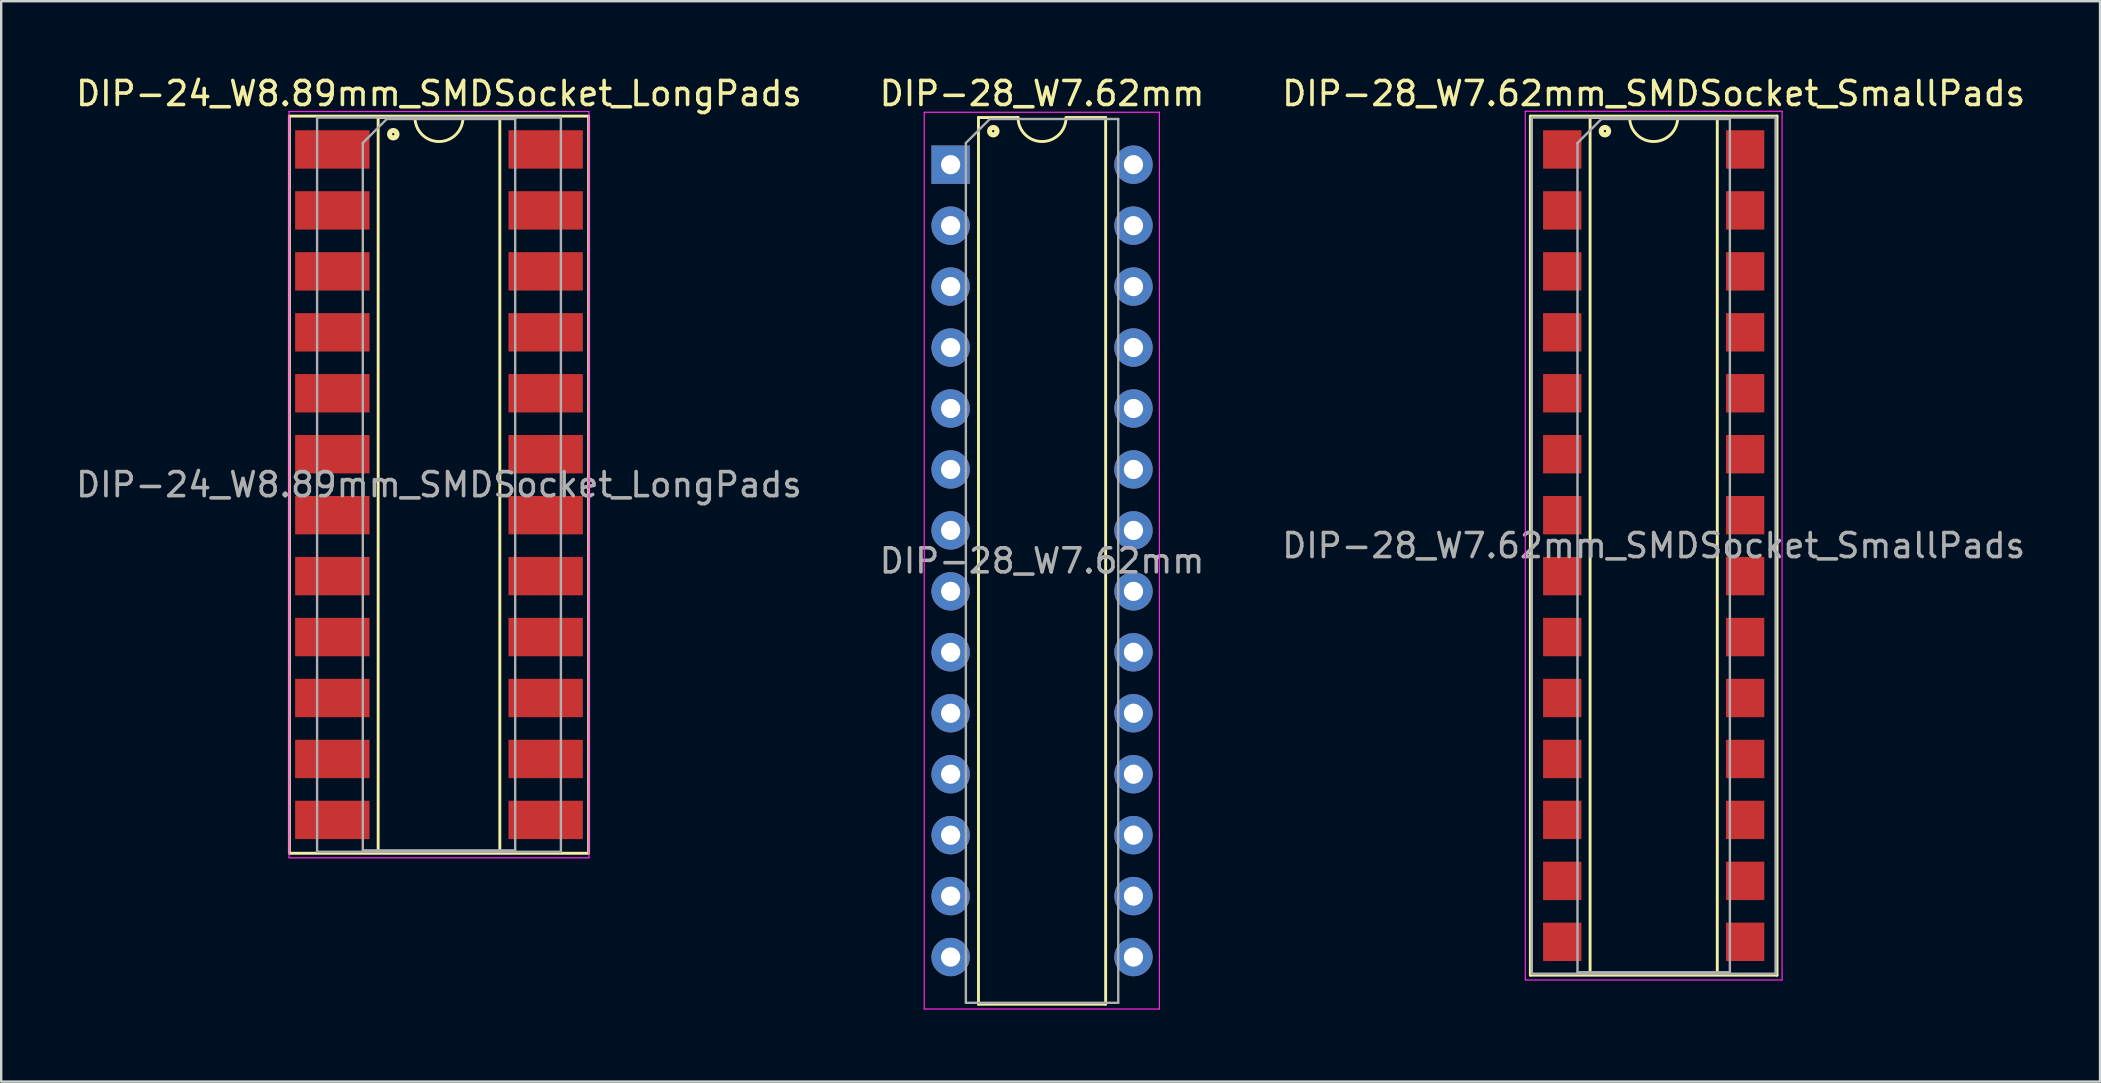
<source format=kicad_pcb>
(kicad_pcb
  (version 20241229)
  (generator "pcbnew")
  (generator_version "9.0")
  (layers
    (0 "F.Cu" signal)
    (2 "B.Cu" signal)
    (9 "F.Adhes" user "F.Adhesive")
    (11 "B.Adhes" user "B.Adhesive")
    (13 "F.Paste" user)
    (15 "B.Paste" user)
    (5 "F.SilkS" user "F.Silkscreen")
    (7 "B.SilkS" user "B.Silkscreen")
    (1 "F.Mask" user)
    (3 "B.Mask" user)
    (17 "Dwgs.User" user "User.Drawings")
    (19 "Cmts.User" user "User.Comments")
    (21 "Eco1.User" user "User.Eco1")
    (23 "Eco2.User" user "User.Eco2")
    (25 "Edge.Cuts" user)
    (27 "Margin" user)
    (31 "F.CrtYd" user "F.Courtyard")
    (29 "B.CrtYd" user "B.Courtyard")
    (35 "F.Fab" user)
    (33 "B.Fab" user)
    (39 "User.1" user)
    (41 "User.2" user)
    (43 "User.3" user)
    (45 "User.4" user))
  (footprint "DIP-24_W8.89mm_SMDSocket_LongPads"
    (layer "F.Cu")
    (at 15.244 17.148)
    (property "Reference" "DIP-24_W8.89mm_SMDSocket_LongPads" (at 0 -16.3 0) (layer "F.SilkS") (effects (font (size 1 1) (thickness 0.15))))
    (attr smd)
    (fp_line (start -6.235 -15.36) (end -6.235 15.36) (stroke (width 0.12) (type solid)) (layer "F.SilkS"))
    (fp_line (start -6.235 15.36) (end 6.235 15.36) (stroke (width 0.12) (type solid)) (layer "F.SilkS"))
    (fp_line (start -2.535 -15.3) (end -2.535 15.3) (stroke (width 0.12) (type solid)) (layer "F.SilkS"))
    (fp_line (start -2.535 15.3) (end 2.535 15.3) (stroke (width 0.12) (type solid)) (layer "F.SilkS"))
    (fp_line (start -1 -15.3) (end -2.535 -15.3) (stroke (width 0.12) (type solid)) (layer "F.SilkS"))
    (fp_line (start 2.535 -15.3) (end 1 -15.3) (stroke (width 0.12) (type solid)) (layer "F.SilkS"))
    (fp_line (start 2.535 15.3) (end 2.535 -15.3) (stroke (width 0.12) (type solid)) (layer "F.SilkS"))
    (fp_line (start 6.235 -15.36) (end -6.235 -15.36) (stroke (width 0.12) (type solid)) (layer "F.SilkS"))
    (fp_line (start 6.235 15.36) (end 6.235 -15.36) (stroke (width 0.12) (type solid)) (layer "F.SilkS"))
    (fp_arc (start 1 -15.3) (mid 0 -14.3) (end -1 -15.3) (stroke (width 0.12) (type solid)) (layer "F.SilkS"))
    (fp_circle (center -1.905 -14.605) (end -1.855 -14.605) (stroke (width 0.12) (type solid)) (fill no) (layer "F.SilkS"))
    (fp_circle (center -1.905 -14.605) (end -1.78 -14.605) (stroke (width 0.12) (type solid)) (fill no) (layer "F.SilkS"))
    (fp_circle (center -1.905 -14.605) (end -1.705 -14.605) (stroke (width 0.12) (type solid)) (fill no) (layer "F.SilkS"))
    (fp_line (start -6.25 -15.55) (end -6.25 15.55) (stroke (width 0.05) (type solid)) (layer "F.CrtYd"))
    (fp_line (start -6.25 15.55) (end 6.25 15.55) (stroke (width 0.05) (type solid)) (layer "F.CrtYd"))
    (fp_line (start 6.25 -15.55) (end -6.25 -15.55) (stroke (width 0.05) (type solid)) (layer "F.CrtYd"))
    (fp_line (start 6.25 15.55) (end 6.25 -15.55) (stroke (width 0.05) (type solid)) (layer "F.CrtYd"))
    (fp_line (start -5.08 -15.3) (end -5.08 15.3) (stroke (width 0.1) (type solid)) (layer "F.Fab"))
    (fp_line (start -5.08 15.3) (end 5.08 15.3) (stroke (width 0.1) (type solid)) (layer "F.Fab"))
    (fp_line (start -3.175 -14.24) (end -2.175 -15.24) (stroke (width 0.1) (type solid)) (layer "F.Fab"))
    (fp_line (start -3.175 15.24) (end -3.175 -14.24) (stroke (width 0.1) (type solid)) (layer "F.Fab"))
    (fp_line (start -2.175 -15.24) (end 3.175 -15.24) (stroke (width 0.1) (type solid)) (layer "F.Fab"))
    (fp_line (start 3.175 -15.24) (end 3.175 15.24) (stroke (width 0.1) (type solid)) (layer "F.Fab"))
    (fp_line (start 3.175 15.24) (end -3.175 15.24) (stroke (width 0.1) (type solid)) (layer "F.Fab"))
    (fp_line (start 5.08 -15.3) (end -5.08 -15.3) (stroke (width 0.1) (type solid)) (layer "F.Fab"))
    (fp_line (start 5.08 15.3) (end 5.08 -15.3) (stroke (width 0.1) (type solid)) (layer "F.Fab"))
    (fp_text user "${REFERENCE}" (at 0 0 0) (layer "F.Fab") (effects (font (size 1 1) (thickness 0.15))))
    (pad "1" smd rect (at -4.445 -13.97) (size 3.1 1.6) (layers "F.Cu" "F.Mask" "F.Paste"))
    (pad "2" smd rect (at -4.445 -11.43) (size 3.1 1.6) (layers "F.Cu" "F.Mask" "F.Paste"))
    (pad "3" smd rect (at -4.445 -8.89) (size 3.1 1.6) (layers "F.Cu" "F.Mask" "F.Paste"))
    (pad "4" smd rect (at -4.445 -6.35) (size 3.1 1.6) (layers "F.Cu" "F.Mask" "F.Paste"))
    (pad "5" smd rect (at -4.445 -3.81) (size 3.1 1.6) (layers "F.Cu" "F.Mask" "F.Paste"))
    (pad "6" smd rect (at -4.445 -1.27) (size 3.1 1.6) (layers "F.Cu" "F.Mask" "F.Paste"))
    (pad "7" smd rect (at -4.445 1.27) (size 3.1 1.6) (layers "F.Cu" "F.Mask" "F.Paste"))
    (pad "8" smd rect (at -4.445 3.81) (size 3.1 1.6) (layers "F.Cu" "F.Mask" "F.Paste"))
    (pad "9" smd rect (at -4.445 6.35) (size 3.1 1.6) (layers "F.Cu" "F.Mask" "F.Paste"))
    (pad "10" smd rect (at -4.445 8.89) (size 3.1 1.6) (layers "F.Cu" "F.Mask" "F.Paste"))
    (pad "11" smd rect (at -4.445 11.43) (size 3.1 1.6) (layers "F.Cu" "F.Mask" "F.Paste"))
    (pad "12" smd rect (at -4.445 13.97) (size 3.1 1.6) (layers "F.Cu" "F.Mask" "F.Paste"))
    (pad "13" smd rect (at 4.445 13.97) (size 3.1 1.6) (layers "F.Cu" "F.Mask" "F.Paste"))
    (pad "14" smd rect (at 4.445 11.43) (size 3.1 1.6) (layers "F.Cu" "F.Mask" "F.Paste"))
    (pad "15" smd rect (at 4.445 8.89) (size 3.1 1.6) (layers "F.Cu" "F.Mask" "F.Paste"))
    (pad "16" smd rect (at 4.445 6.35) (size 3.1 1.6) (layers "F.Cu" "F.Mask" "F.Paste"))
    (pad "17" smd rect (at 4.445 3.81) (size 3.1 1.6) (layers "F.Cu" "F.Mask" "F.Paste"))
    (pad "18" smd rect (at 4.445 1.27) (size 3.1 1.6) (layers "F.Cu" "F.Mask" "F.Paste"))
    (pad "19" smd rect (at 4.445 -1.27) (size 3.1 1.6) (layers "F.Cu" "F.Mask" "F.Paste"))
    (pad "20" smd rect (at 4.445 -3.81) (size 3.1 1.6) (layers "F.Cu" "F.Mask" "F.Paste"))
    (pad "21" smd rect (at 4.445 -6.35) (size 3.1 1.6) (layers "F.Cu" "F.Mask" "F.Paste"))
    (pad "22" smd rect (at 4.445 -8.89) (size 3.1 1.6) (layers "F.Cu" "F.Mask" "F.Paste"))
    (pad "23" smd rect (at 4.445 -11.43) (size 3.1 1.6) (layers "F.Cu" "F.Mask" "F.Paste"))
    (pad "24" smd rect (at 4.445 -13.97) (size 3.1 1.6) (layers "F.Cu" "F.Mask" "F.Paste")))
  (footprint "DIP-28_W7.62mm"
    (layer "F.Cu")
    (at 36.565 3.813)
    (property "Reference" "DIP-28_W7.62mm" (at 3.81 -2.965 0) (layer "F.SilkS") (effects (font (size 1 1) (thickness 0.15))))
    (attr through_hole)
    (fp_line (start 1.16 -1.965) (end 1.16 34.985) (stroke (width 0.12) (type solid)) (layer "F.SilkS"))
    (fp_line (start 1.16 34.985) (end 6.46 34.985) (stroke (width 0.12) (type solid)) (layer "F.SilkS"))
    (fp_line (start 2.81 -1.965) (end 1.16 -1.965) (stroke (width 0.12) (type solid)) (layer "F.SilkS"))
    (fp_line (start 6.46 -1.965) (end 4.81 -1.965) (stroke (width 0.12) (type solid)) (layer "F.SilkS"))
    (fp_line (start 6.46 34.985) (end 6.46 -1.965) (stroke (width 0.12) (type solid)) (layer "F.SilkS"))
    (fp_arc (start 4.81 -1.965) (mid 3.81 -0.965) (end 2.81 -1.965) (stroke (width 0.12) (type solid)) (layer "F.SilkS"))
    (fp_circle (center 1.778 -1.397) (end 1.828 -1.397) (stroke (width 0.12) (type solid)) (fill no) (layer "F.SilkS"))
    (fp_circle (center 1.778 -1.397) (end 1.903 -1.397) (stroke (width 0.12) (type solid)) (fill no) (layer "F.SilkS"))
    (fp_circle (center 1.778 -1.397) (end 1.978 -1.397) (stroke (width 0.12) (type solid)) (fill no) (layer "F.SilkS"))
    (fp_line (start -1.1 -2.185) (end -1.1 35.185) (stroke (width 0.05) (type solid)) (layer "F.CrtYd"))
    (fp_line (start -1.1 35.185) (end 8.7 35.185) (stroke (width 0.05) (type solid)) (layer "F.CrtYd"))
    (fp_line (start 8.7 -2.185) (end -1.1 -2.185) (stroke (width 0.05) (type solid)) (layer "F.CrtYd"))
    (fp_line (start 8.7 35.185) (end 8.7 -2.185) (stroke (width 0.05) (type solid)) (layer "F.CrtYd"))
    (fp_line (start 0.635 -0.905) (end 1.635 -1.905) (stroke (width 0.1) (type solid)) (layer "F.Fab"))
    (fp_line (start 0.635 34.925) (end 0.635 -0.905) (stroke (width 0.1) (type solid)) (layer "F.Fab"))
    (fp_line (start 1.635 -1.905) (end 6.985 -1.905) (stroke (width 0.1) (type solid)) (layer "F.Fab"))
    (fp_line (start 6.985 -1.905) (end 6.985 34.925) (stroke (width 0.1) (type solid)) (layer "F.Fab"))
    (fp_line (start 6.985 34.925) (end 0.635 34.925) (stroke (width 0.1) (type solid)) (layer "F.Fab"))
    (fp_text user "${REFERENCE}" (at 3.81 16.51 0) (layer "F.Fab") (effects (font (size 1 1) (thickness 0.15))))
    (pad "1" thru_hole rect (at 0 0) (size 1.6 1.6) (drill 0.8) (layers "*.Cu" "*.Mask"))
    (pad "2" thru_hole oval (at 0 2.54) (size 1.6 1.6) (drill 0.8) (layers "*.Cu" "*.Mask"))
    (pad "3" thru_hole oval (at 0 5.08) (size 1.6 1.6) (drill 0.8) (layers "*.Cu" "*.Mask"))
    (pad "4" thru_hole oval (at 0 7.62) (size 1.6 1.6) (drill 0.8) (layers "*.Cu" "*.Mask"))
    (pad "5" thru_hole oval (at 0 10.16) (size 1.6 1.6) (drill 0.8) (layers "*.Cu" "*.Mask"))
    (pad "6" thru_hole oval (at 0 12.7) (size 1.6 1.6) (drill 0.8) (layers "*.Cu" "*.Mask"))
    (pad "7" thru_hole oval (at 0 15.24) (size 1.6 1.6) (drill 0.8) (layers "*.Cu" "*.Mask"))
    (pad "8" thru_hole oval (at 0 17.78) (size 1.6 1.6) (drill 0.8) (layers "*.Cu" "*.Mask"))
    (pad "9" thru_hole oval (at 0 20.32) (size 1.6 1.6) (drill 0.8) (layers "*.Cu" "*.Mask"))
    (pad "10" thru_hole oval (at 0 22.86) (size 1.6 1.6) (drill 0.8) (layers "*.Cu" "*.Mask"))
    (pad "11" thru_hole oval (at 0 25.4) (size 1.6 1.6) (drill 0.8) (layers "*.Cu" "*.Mask"))
    (pad "12" thru_hole oval (at 0 27.94) (size 1.6 1.6) (drill 0.8) (layers "*.Cu" "*.Mask"))
    (pad "13" thru_hole oval (at 0 30.48) (size 1.6 1.6) (drill 0.8) (layers "*.Cu" "*.Mask"))
    (pad "14" thru_hole oval (at 0 33.02) (size 1.6 1.6) (drill 0.8) (layers "*.Cu" "*.Mask"))
    (pad "15" thru_hole oval (at 7.62 33.02) (size 1.6 1.6) (drill 0.8) (layers "*.Cu" "*.Mask"))
    (pad "16" thru_hole oval (at 7.62 30.48) (size 1.6 1.6) (drill 0.8) (layers "*.Cu" "*.Mask"))
    (pad "17" thru_hole oval (at 7.62 27.94) (size 1.6 1.6) (drill 0.8) (layers "*.Cu" "*.Mask"))
    (pad "18" thru_hole oval (at 7.62 25.4) (size 1.6 1.6) (drill 0.8) (layers "*.Cu" "*.Mask"))
    (pad "19" thru_hole oval (at 7.62 22.86) (size 1.6 1.6) (drill 0.8) (layers "*.Cu" "*.Mask"))
    (pad "20" thru_hole oval (at 7.62 20.32) (size 1.6 1.6) (drill 0.8) (layers "*.Cu" "*.Mask"))
    (pad "21" thru_hole oval (at 7.62 17.78) (size 1.6 1.6) (drill 0.8) (layers "*.Cu" "*.Mask"))
    (pad "22" thru_hole oval (at 7.62 15.24) (size 1.6 1.6) (drill 0.8) (layers "*.Cu" "*.Mask"))
    (pad "23" thru_hole oval (at 7.62 12.7) (size 1.6 1.6) (drill 0.8) (layers "*.Cu" "*.Mask"))
    (pad "24" thru_hole oval (at 7.62 10.16) (size 1.6 1.6) (drill 0.8) (layers "*.Cu" "*.Mask"))
    (pad "25" thru_hole oval (at 7.62 7.62) (size 1.6 1.6) (drill 0.8) (layers "*.Cu" "*.Mask"))
    (pad "26" thru_hole oval (at 7.62 5.08) (size 1.6 1.6) (drill 0.8) (layers "*.Cu" "*.Mask"))
    (pad "27" thru_hole oval (at 7.62 2.54) (size 1.6 1.6) (drill 0.8) (layers "*.Cu" "*.Mask"))
    (pad "28" thru_hole oval (at 7.62 0) (size 1.6 1.6) (drill 0.8) (layers "*.Cu" "*.Mask")))
  (footprint "DIP-28_W7.62mm_SMDSocket_SmallPads"
    (layer "F.Cu")
    (at 65.863 19.688)
    (property "Reference" "DIP-28_W7.62mm_SMDSocket_SmallPads" (at 0 -18.84 0) (layer "F.SilkS") (effects (font (size 1 1) (thickness 0.15))))
    (attr smd)
    (fp_line (start -5.14 -17.9) (end -5.14 17.9) (stroke (width 0.12) (type solid)) (layer "F.SilkS"))
    (fp_line (start -5.14 17.9) (end 5.14 17.9) (stroke (width 0.12) (type solid)) (layer "F.SilkS"))
    (fp_line (start -2.65 -17.84) (end -2.65 17.84) (stroke (width 0.12) (type solid)) (layer "F.SilkS"))
    (fp_line (start -2.65 17.84) (end 2.65 17.84) (stroke (width 0.12) (type solid)) (layer "F.SilkS"))
    (fp_line (start -1 -17.84) (end -2.65 -17.84) (stroke (width 0.12) (type solid)) (layer "F.SilkS"))
    (fp_line (start 2.65 -17.84) (end 1 -17.84) (stroke (width 0.12) (type solid)) (layer "F.SilkS"))
    (fp_line (start 2.65 17.84) (end 2.65 -17.84) (stroke (width 0.12) (type solid)) (layer "F.SilkS"))
    (fp_line (start 5.14 -17.9) (end -5.14 -17.9) (stroke (width 0.12) (type solid)) (layer "F.SilkS"))
    (fp_line (start 5.14 17.9) (end 5.14 -17.9) (stroke (width 0.12) (type solid)) (layer "F.SilkS"))
    (fp_arc (start 1 -17.84) (mid 0 -16.84) (end -1 -17.84) (stroke (width 0.12) (type solid)) (layer "F.SilkS"))
    (fp_circle (center -2.032 -17.272) (end -1.982 -17.272) (stroke (width 0.12) (type solid)) (fill no) (layer "F.SilkS"))
    (fp_circle (center -2.032 -17.272) (end -1.907 -17.272) (stroke (width 0.12) (type solid)) (fill no) (layer "F.SilkS"))
    (fp_circle (center -2.032 -17.272) (end -1.832 -17.272) (stroke (width 0.12) (type solid)) (fill no) (layer "F.SilkS"))
    (fp_line (start -5.35 -18.1) (end -5.35 18.1) (stroke (width 0.05) (type solid)) (layer "F.CrtYd"))
    (fp_line (start -5.35 18.1) (end 5.35 18.1) (stroke (width 0.05) (type solid)) (layer "F.CrtYd"))
    (fp_line (start 5.35 -18.1) (end -5.35 -18.1) (stroke (width 0.05) (type solid)) (layer "F.CrtYd"))
    (fp_line (start 5.35 18.1) (end 5.35 -18.1) (stroke (width 0.05) (type solid)) (layer "F.CrtYd"))
    (fp_line (start -5.08 -17.84) (end -5.08 17.84) (stroke (width 0.1) (type solid)) (layer "F.Fab"))
    (fp_line (start -5.08 17.84) (end 5.08 17.84) (stroke (width 0.1) (type solid)) (layer "F.Fab"))
    (fp_line (start -3.175 -16.78) (end -2.175 -17.78) (stroke (width 0.1) (type solid)) (layer "F.Fab"))
    (fp_line (start -3.175 17.78) (end -3.175 -16.78) (stroke (width 0.1) (type solid)) (layer "F.Fab"))
    (fp_line (start -2.175 -17.78) (end 3.175 -17.78) (stroke (width 0.1) (type solid)) (layer "F.Fab"))
    (fp_line (start 3.175 -17.78) (end 3.175 17.78) (stroke (width 0.1) (type solid)) (layer "F.Fab"))
    (fp_line (start 3.175 17.78) (end -3.175 17.78) (stroke (width 0.1) (type solid)) (layer "F.Fab"))
    (fp_line (start 5.08 -17.84) (end -5.08 -17.84) (stroke (width 0.1) (type solid)) (layer "F.Fab"))
    (fp_line (start 5.08 17.84) (end 5.08 -17.84) (stroke (width 0.1) (type solid)) (layer "F.Fab"))
    (fp_text user "${REFERENCE}" (at 0 0 0) (layer "F.Fab") (effects (font (size 1 1) (thickness 0.15))))
    (pad "1" smd rect (at -3.81 -16.51) (size 1.6 1.6) (layers "F.Cu" "F.Mask" "F.Paste"))
    (pad "2" smd rect (at -3.81 -13.97) (size 1.6 1.6) (layers "F.Cu" "F.Mask" "F.Paste"))
    (pad "3" smd rect (at -3.81 -11.43) (size 1.6 1.6) (layers "F.Cu" "F.Mask" "F.Paste"))
    (pad "4" smd rect (at -3.81 -8.89) (size 1.6 1.6) (layers "F.Cu" "F.Mask" "F.Paste"))
    (pad "5" smd rect (at -3.81 -6.35) (size 1.6 1.6) (layers "F.Cu" "F.Mask" "F.Paste"))
    (pad "6" smd rect (at -3.81 -3.81) (size 1.6 1.6) (layers "F.Cu" "F.Mask" "F.Paste"))
    (pad "7" smd rect (at -3.81 -1.27) (size 1.6 1.6) (layers "F.Cu" "F.Mask" "F.Paste"))
    (pad "8" smd rect (at -3.81 1.27) (size 1.6 1.6) (layers "F.Cu" "F.Mask" "F.Paste"))
    (pad "9" smd rect (at -3.81 3.81) (size 1.6 1.6) (layers "F.Cu" "F.Mask" "F.Paste"))
    (pad "10" smd rect (at -3.81 6.35) (size 1.6 1.6) (layers "F.Cu" "F.Mask" "F.Paste"))
    (pad "11" smd rect (at -3.81 8.89) (size 1.6 1.6) (layers "F.Cu" "F.Mask" "F.Paste"))
    (pad "12" smd rect (at -3.81 11.43) (size 1.6 1.6) (layers "F.Cu" "F.Mask" "F.Paste"))
    (pad "13" smd rect (at -3.81 13.97) (size 1.6 1.6) (layers "F.Cu" "F.Mask" "F.Paste"))
    (pad "14" smd rect (at -3.81 16.51) (size 1.6 1.6) (layers "F.Cu" "F.Mask" "F.Paste"))
    (pad "15" smd rect (at 3.81 16.51) (size 1.6 1.6) (layers "F.Cu" "F.Mask" "F.Paste"))
    (pad "16" smd rect (at 3.81 13.97) (size 1.6 1.6) (layers "F.Cu" "F.Mask" "F.Paste"))
    (pad "17" smd rect (at 3.81 11.43) (size 1.6 1.6) (layers "F.Cu" "F.Mask" "F.Paste"))
    (pad "18" smd rect (at 3.81 8.89) (size 1.6 1.6) (layers "F.Cu" "F.Mask" "F.Paste"))
    (pad "19" smd rect (at 3.81 6.35) (size 1.6 1.6) (layers "F.Cu" "F.Mask" "F.Paste"))
    (pad "20" smd rect (at 3.81 3.81) (size 1.6 1.6) (layers "F.Cu" "F.Mask" "F.Paste"))
    (pad "21" smd rect (at 3.81 1.27) (size 1.6 1.6) (layers "F.Cu" "F.Mask" "F.Paste"))
    (pad "22" smd rect (at 3.81 -1.27) (size 1.6 1.6) (layers "F.Cu" "F.Mask" "F.Paste"))
    (pad "23" smd rect (at 3.81 -3.81) (size 1.6 1.6) (layers "F.Cu" "F.Mask" "F.Paste"))
    (pad "24" smd rect (at 3.81 -6.35) (size 1.6 1.6) (layers "F.Cu" "F.Mask" "F.Paste"))
    (pad "25" smd rect (at 3.81 -8.89) (size 1.6 1.6) (layers "F.Cu" "F.Mask" "F.Paste"))
    (pad "26" smd rect (at 3.81 -11.43) (size 1.6 1.6) (layers "F.Cu" "F.Mask" "F.Paste"))
    (pad "27" smd rect (at 3.81 -13.97) (size 1.6 1.6) (layers "F.Cu" "F.Mask" "F.Paste"))
    (pad "28" smd rect (at 3.81 -16.51) (size 1.6 1.6) (layers "F.Cu" "F.Mask" "F.Paste")))
  (gr_rect
    (start -3 -3)
    (end 84.464 42.023)
    (stroke (width 0.1) (type default))
    (fill no)
    (layer "Edge.Cuts")))
</source>
